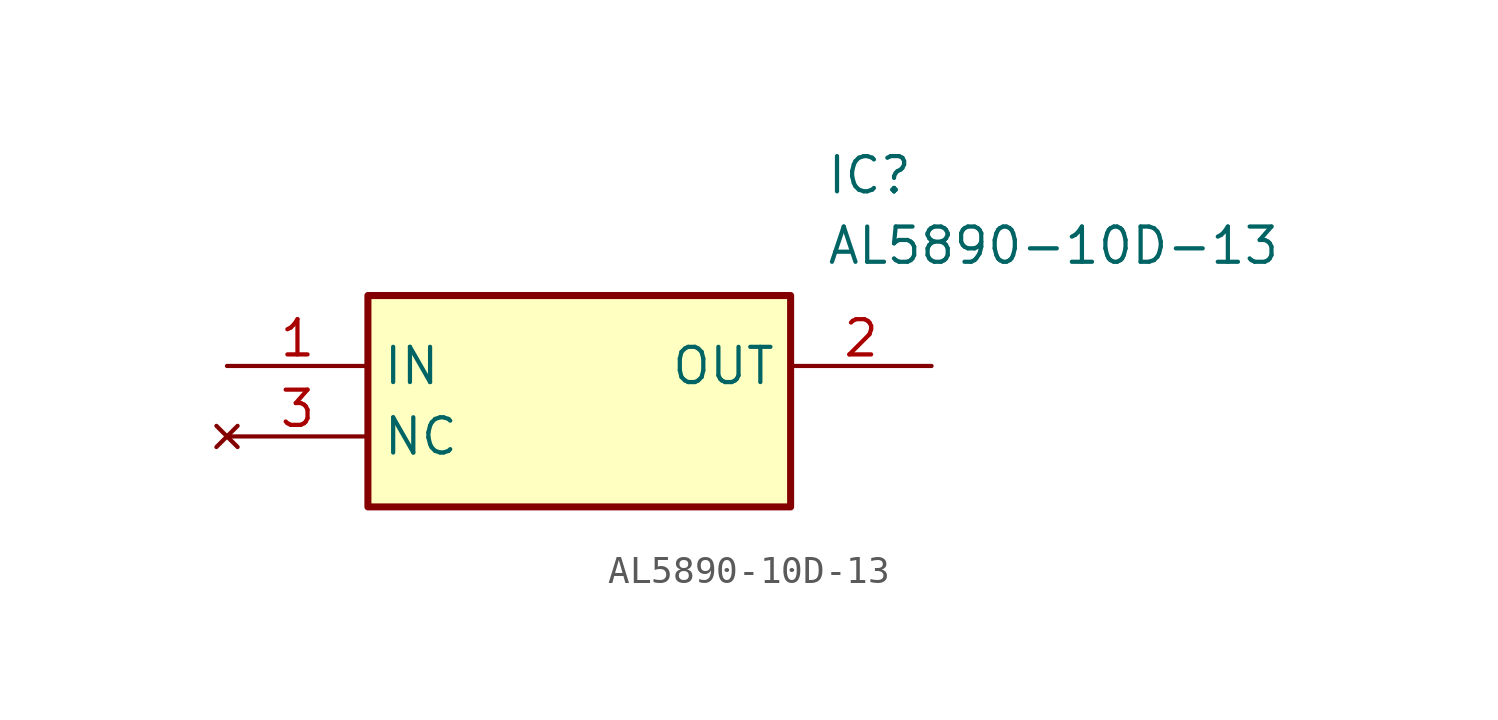
<source format=kicad_sym>
(kicad_symbol_lib
  (version 20211014)
  (generator SamacSys_ECAD_Model)
  (symbol "AL5890-10D-13"
    (property "Reference" "IC"
      (at 21.59 7.62 0)
      (effects (font (size 1.27 1.27)) (justify left top)))
    (property "Value" "AL5890-10D-13"
      (at 21.59 5.08 0)
      (effects (font (size 1.27 1.27)) (justify left top)))
    (rectangle
      (start 5.08 2.54)
      (end 20.32 -5.08)
      (stroke (width 0.254) (type default))
      (fill (type background)))
    (pin passive line
      (at 0 0 0)
      (length 5.08)
      (name "IN" (effects (font (size 1.27 1.27))))
      (number "1" (effects (font (size 1.27 1.27)))))
    (pin passive line
      (at 25.4 0 180)
      (length 5.08)
      (name "OUT" (effects (font (size 1.27 1.27))))
      (number "2" (effects (font (size 1.27 1.27)))))
    (pin no_connect line
      (at 0 -2.54 0)
      (length 5.08)
      (name "NC" (effects (font (size 1.27 1.27))))
      (number "3" (effects (font (size 1.27 1.27)))))))
</source>
